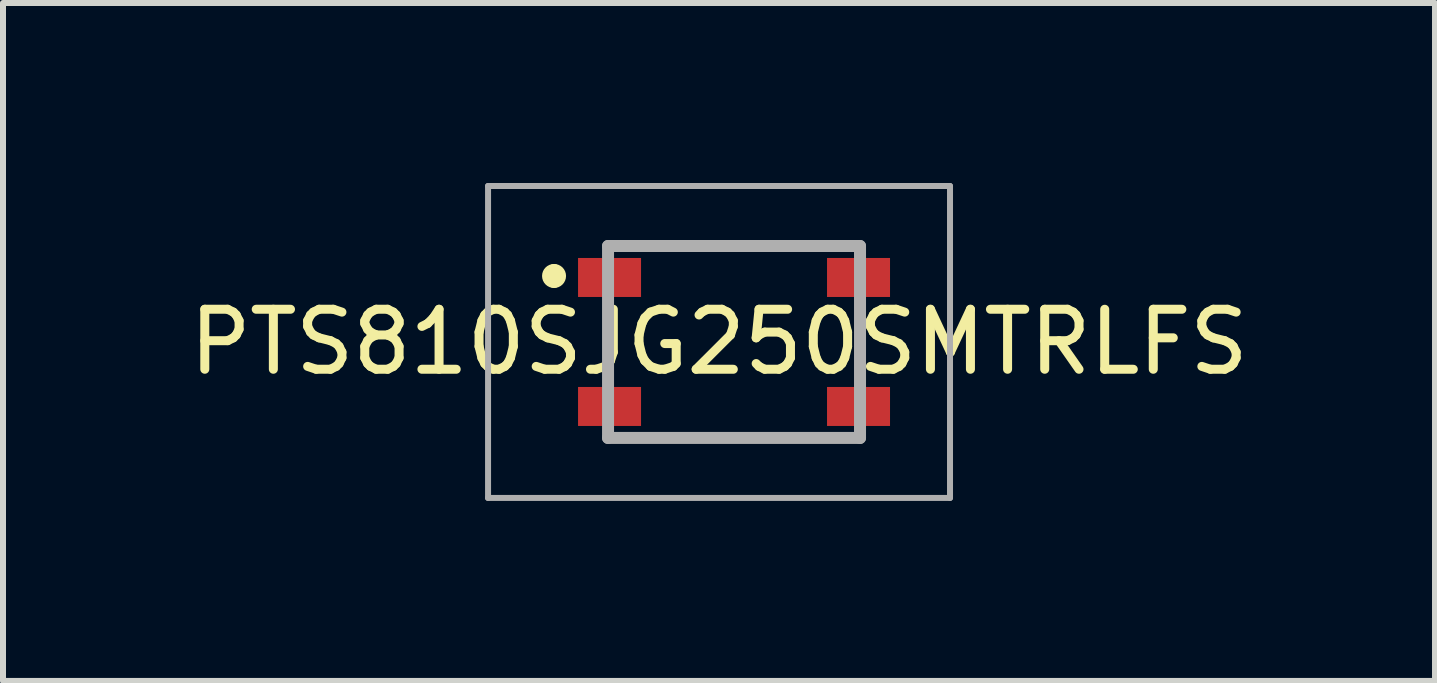
<source format=kicad_pcb>
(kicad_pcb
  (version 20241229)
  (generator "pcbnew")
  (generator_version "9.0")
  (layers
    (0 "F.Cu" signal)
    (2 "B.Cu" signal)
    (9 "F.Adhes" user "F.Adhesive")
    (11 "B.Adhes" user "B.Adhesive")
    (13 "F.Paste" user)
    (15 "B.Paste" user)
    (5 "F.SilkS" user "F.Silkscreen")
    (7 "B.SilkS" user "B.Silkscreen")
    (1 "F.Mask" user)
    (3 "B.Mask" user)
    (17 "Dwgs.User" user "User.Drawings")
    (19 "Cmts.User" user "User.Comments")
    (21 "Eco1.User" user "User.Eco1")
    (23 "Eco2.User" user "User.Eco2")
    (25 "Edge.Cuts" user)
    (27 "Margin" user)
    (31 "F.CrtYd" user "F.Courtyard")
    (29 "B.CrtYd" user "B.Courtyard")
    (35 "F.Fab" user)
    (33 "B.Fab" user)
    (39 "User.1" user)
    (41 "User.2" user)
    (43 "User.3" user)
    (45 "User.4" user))
  (footprint "PTS810SJG250SMTRLFS"
    (layer "F.Cu")
    (at 9.185 2.65)
    (property "Reference" "PTS810SJG250SMTRLFS" (at -0.25 0 0) (layer "F.SilkS") (effects (font (size 1 1) (thickness 0.15))))
    (attr smd)
    (fp_line (start -2.1 -1.6) (end 2.075 -1.6) (stroke (width 0.1) (type solid)) (layer "F.SilkS"))
    (fp_line (start -2.1 1.6) (end 2.075 1.6) (stroke (width 0.1) (type solid)) (layer "F.SilkS"))
    (fp_arc (start -3 -1.2) (mid -2.9 -1.1) (end -3 -1) (stroke (width 0.2) (type solid)) (layer "F.SilkS"))
    (fp_arc (start -3 -1) (mid -3.1 -1.1) (end -3 -1.2) (stroke (width 0.2) (type solid)) (layer "F.SilkS"))
    (fp_line (start -4.1 -2.6) (end 3.6 -2.6) (stroke (width 0.1) (type solid)) (layer "F.Fab"))
    (fp_line (start -4.1 2.6) (end -4.1 -2.6) (stroke (width 0.1) (type solid)) (layer "F.Fab"))
    (fp_line (start -2.1 -1.6) (end 2.1 -1.6) (stroke (width 0.2) (type solid)) (layer "F.Fab"))
    (fp_line (start -2.1 1.6) (end -2.1 -1.6) (stroke (width 0.2) (type solid)) (layer "F.Fab"))
    (fp_line (start 2.1 -1.6) (end 2.1 1.6) (stroke (width 0.2) (type solid)) (layer "F.Fab"))
    (fp_line (start 2.1 1.6) (end -2.1 1.6) (stroke (width 0.2) (type solid)) (layer "F.Fab"))
    (fp_line (start 3.6 -2.6) (end 3.6 2.6) (stroke (width 0.1) (type solid)) (layer "F.Fab"))
    (fp_line (start 3.6 2.6) (end -4.1 2.6) (stroke (width 0.1) (type solid)) (layer "F.Fab"))
    (pad "1" smd rect (at -2.075 -1.075) (size 1.05 0.65) (layers "F.Cu" "F.Mask" "F.Paste"))
    (pad "1" smd rect (at 2.075 -1.075) (size 1.05 0.65) (layers "F.Cu" "F.Mask" "F.Paste"))
    (pad "2" smd rect (at -2.075 1.075) (size 1.05 0.65) (layers "F.Cu" "F.Mask" "F.Paste"))
    (pad "2" smd rect (at 2.075 1.075) (size 1.05 0.65) (layers "F.Cu" "F.Mask" "F.Paste")))
  (gr_rect
    (start -3 -3)
    (end 20.869 8.3)
    (stroke (width 0.1) (type default))
    (fill no)
    (layer "Edge.Cuts")))
</source>
